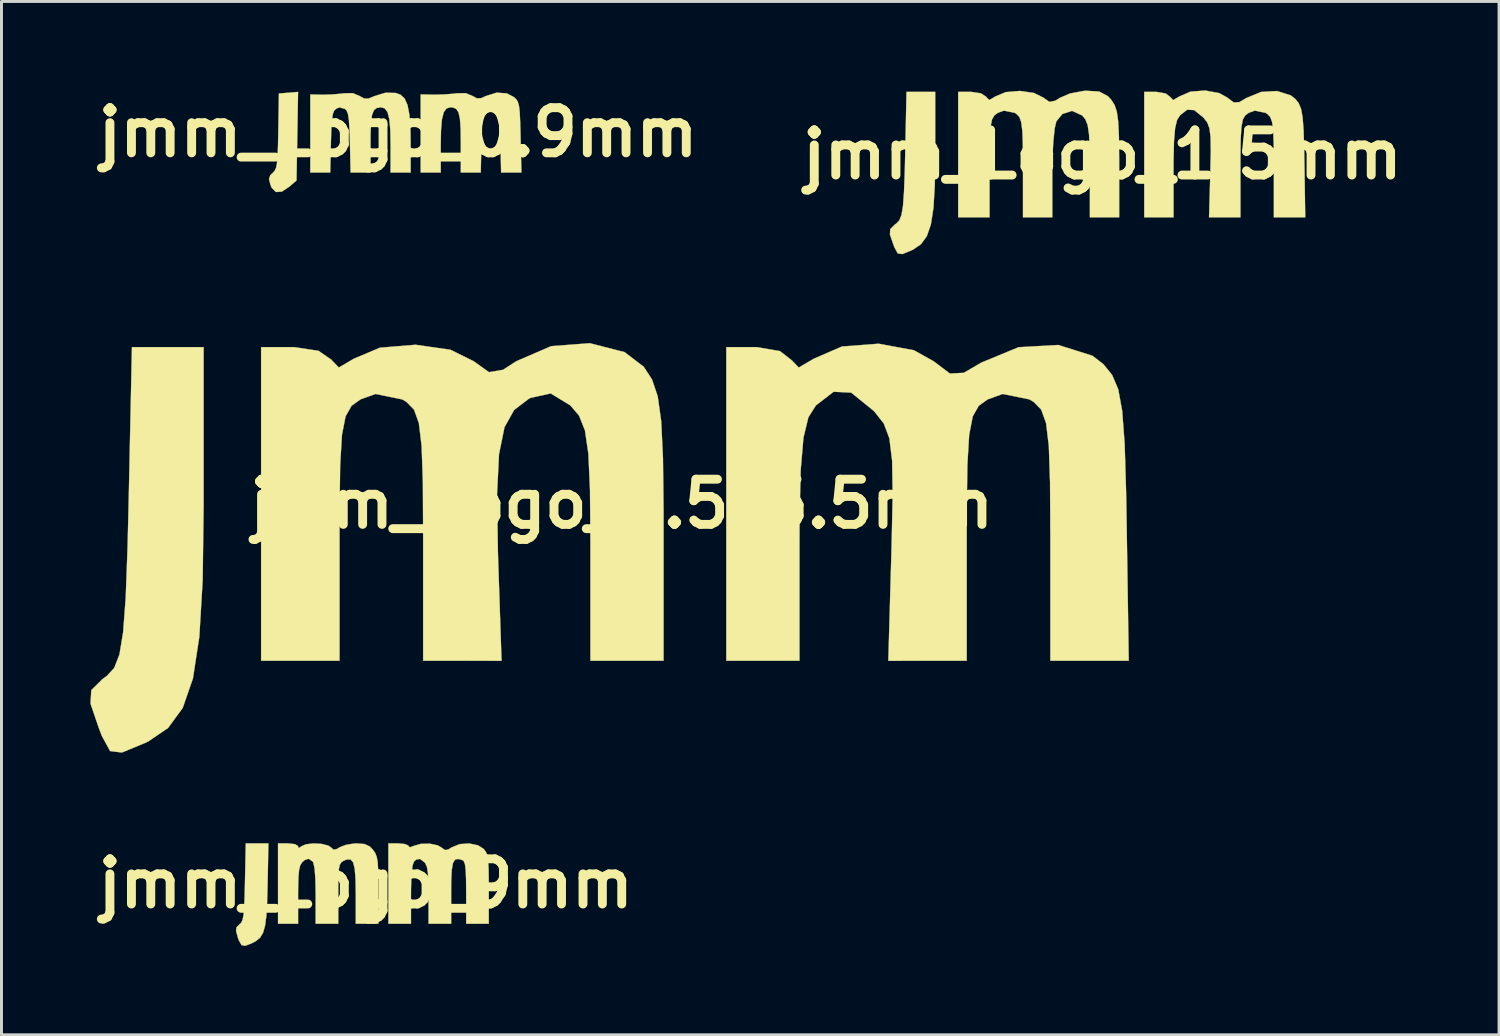
<source format=kicad_pcb>
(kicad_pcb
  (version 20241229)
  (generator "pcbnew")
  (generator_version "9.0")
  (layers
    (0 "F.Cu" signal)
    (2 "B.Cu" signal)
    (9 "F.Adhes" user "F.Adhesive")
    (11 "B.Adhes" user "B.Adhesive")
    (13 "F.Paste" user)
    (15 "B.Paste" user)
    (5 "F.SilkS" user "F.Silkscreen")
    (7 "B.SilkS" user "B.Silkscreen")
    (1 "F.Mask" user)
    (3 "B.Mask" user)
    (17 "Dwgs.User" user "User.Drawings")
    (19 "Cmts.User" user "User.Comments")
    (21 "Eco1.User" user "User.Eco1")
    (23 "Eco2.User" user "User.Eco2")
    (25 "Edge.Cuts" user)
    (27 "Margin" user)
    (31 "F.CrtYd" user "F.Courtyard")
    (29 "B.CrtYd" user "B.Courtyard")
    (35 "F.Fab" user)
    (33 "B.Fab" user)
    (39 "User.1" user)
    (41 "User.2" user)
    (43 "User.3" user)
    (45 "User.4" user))
  (footprint "jmm_Logo_1.5mm"
    (layer "F.Cu")
    (at 34.155 2.168)
    (property "Reference" "jmm_Logo_1.5mm" (at 0 0 0) (layer "F.SilkS") (effects (font (size 1.524 1.524) (thickness 0.3))))
    (attr through_hole)
    (fp_poly (pts (xy -5.644 0.014) (xy -5.657 1.025) (xy -5.702 1.792) (xy -5.789 2.356) (xy -5.927 2.754) (xy -6.125 3.025) (xy -6.393 3.207) (xy -6.434 3.226) (xy -6.747 3.356) (xy -6.907 3.336) (xy -7.018 3.133) (xy -7.059 3.025) (xy -7.171 2.696) (xy -7.161 2.514) (xy -7.009 2.364) (xy -6.95 2.32) (xy -6.852 2.215) (xy -6.781 2.034) (xy -6.731 1.734) (xy -6.697 1.269) (xy -6.671 0.596) (xy -6.657 0.012) (xy -6.612 -2.117) (xy -5.644 -2.117) (xy -5.644 0.014)) (stroke (width 0.01) (type solid)) (fill yes) (layer "F.SilkS"))
    (fp_poly (pts (xy -0.108 -2.128) (xy 0.182 -1.974) (xy 0.298 -1.849) (xy 0.41 -1.676) (xy 0.486 -1.448) (xy 0.533 -1.11) (xy 0.557 -0.609) (xy 0.564 0.108) (xy 0.564 0.298) (xy 0.564 2.117) (xy -0.423 2.117) (xy -0.423 0.516) (xy -0.429 -0.198) (xy -0.452 -0.685) (xy -0.499 -1) (xy -0.579 -1.198) (xy -0.685 -1.322) (xy -1.024 -1.477) (xy -1.352 -1.371) (xy -1.556 -1.122) (xy -1.613 -0.878) (xy -1.659 -0.425) (xy -1.687 0.166) (xy -1.693 0.626) (xy -1.693 2.117) (xy -2.681 2.117) (xy -2.681 0.428) (xy -2.685 -0.292) (xy -2.701 -0.782) (xy -2.739 -1.092) (xy -2.804 -1.273) (xy -2.906 -1.377) (xy -2.963 -1.411) (xy -3.324 -1.485) (xy -3.528 -1.411) (xy -3.648 -1.324) (xy -3.728 -1.182) (xy -3.777 -0.934) (xy -3.801 -0.528) (xy -3.809 0.087) (xy -3.81 0.428) (xy -3.81 2.117) (xy -4.868 2.117) (xy -4.868 -2.117) (xy -4.421 -2.117) (xy -4.094 -2.067) (xy -3.917 -1.946) (xy -3.915 -1.94) (xy -3.819 -1.841) (xy -3.621 -1.958) (xy -3.619 -1.96) (xy -3.264 -2.109) (xy -2.784 -2.149) (xy -2.312 -2.081) (xy -2 -1.927) (xy -1.786 -1.778) (xy -1.586 -1.82) (xy -1.439 -1.915) (xy -1.097 -2.062) (xy -0.645 -2.148) (xy -0.549 -2.155) (xy -0.108 -2.128)) (stroke (width 0.01) (type solid)) (fill yes) (layer "F.SilkS"))
    (fp_poly (pts (xy 3.944 -2.075) (xy 4.21 -1.927) (xy 4.429 -1.761) (xy 4.619 -1.77) (xy 4.853 -1.908) (xy 5.357 -2.116) (xy 5.892 -2.146) (xy 6.354 -2) (xy 6.501 -1.887) (xy 6.62 -1.741) (xy 6.702 -1.548) (xy 6.756 -1.255) (xy 6.789 -0.81) (xy 6.808 -0.161) (xy 6.816 0.258) (xy 6.844 2.117) (xy 6.315 2.117) (xy 5.786 2.117) (xy 5.786 0.428) (xy 5.782 -0.292) (xy 5.765 -0.782) (xy 5.728 -1.092) (xy 5.662 -1.273) (xy 5.56 -1.377) (xy 5.503 -1.411) (xy 5.142 -1.485) (xy 4.939 -1.411) (xy 4.819 -1.324) (xy 4.738 -1.182) (xy 4.69 -0.934) (xy 4.666 -0.528) (xy 4.657 0.087) (xy 4.657 0.428) (xy 4.657 2.117) (xy 4.128 2.117) (xy 3.598 2.117) (xy 3.642 0.573) (xy 3.657 -0.116) (xy 3.65 -0.583) (xy 3.612 -0.887) (xy 3.537 -1.086) (xy 3.415 -1.241) (xy 3.395 -1.261) (xy 3.097 -1.503) (xy 2.86 -1.515) (xy 2.621 -1.33) (xy 2.519 -1.169) (xy 2.453 -0.894) (xy 2.415 -0.455) (xy 2.4 0.198) (xy 2.399 0.504) (xy 2.399 2.117) (xy 1.411 2.117) (xy 1.411 -2.117) (xy 1.823 -2.117) (xy 2.136 -2.063) (xy 2.294 -1.94) (xy 2.389 -1.841) (xy 2.587 -1.957) (xy 2.589 -1.958) (xy 2.971 -2.125) (xy 3.467 -2.163) (xy 3.944 -2.075)) (stroke (width 0.01) (type solid)) (fill yes) (layer "F.SilkS")))
  (footprint "jmm_Logo_2.5x5.5mm"
    (layer "F.Cu")
    (at 17.933 13.957)
    (property "Reference" "jmm_Logo_2.5x5.5mm" (at 0 0 0) (layer "F.SilkS") (effects (font (size 1.524 1.524) (thickness 0.3))))
    (attr through_hole)
    (fp_poly (pts (xy -14.111 0.035) (xy -14.143 2.561) (xy -14.256 4.481) (xy -14.472 5.89) (xy -14.817 6.885) (xy -15.312 7.561) (xy -15.983 8.017) (xy -16.085 8.065) (xy -16.868 8.389) (xy -17.268 8.339) (xy -17.544 7.831) (xy -17.648 7.562) (xy -17.928 6.739) (xy -17.902 6.284) (xy -17.524 5.911) (xy -17.374 5.801) (xy -17.131 5.538) (xy -16.953 5.086) (xy -16.828 4.334) (xy -16.741 3.172) (xy -16.679 1.489) (xy -16.643 0.029) (xy -16.53 -5.292) (xy -14.111 -5.292) (xy -14.111 0.035)) (stroke (width 0.01) (type solid)) (fill yes) (layer "F.SilkS"))
    (fp_poly (pts (xy 0.096 -5.123) (xy 0.741 -4.63) (xy 1.023 -4.197) (xy 1.214 -3.63) (xy 1.331 -2.793) (xy 1.391 -1.553) (xy 1.411 0.225) (xy 1.411 0.745) (xy 1.411 5.292) (xy -1.058 5.292) (xy -1.058 1.289) (xy -1.072 -0.488) (xy -1.127 -1.7) (xy -1.243 -2.485) (xy -1.442 -2.982) (xy -1.735 -3.325) (xy -2.398 -3.73) (xy -3.078 -3.579) (xy -3.141 -3.546) (xy -3.631 -3.172) (xy -3.957 -2.591) (xy -4.142 -1.681) (xy -4.209 -0.325) (xy -4.18 1.598) (xy -4.171 1.89) (xy -4.057 5.293) (xy -5.38 5.292) (xy -6.703 5.292) (xy -6.703 1.071) (xy -6.712 -0.73) (xy -6.754 -1.954) (xy -6.847 -2.729) (xy -7.011 -3.183) (xy -7.266 -3.443) (xy -7.408 -3.528) (xy -8.31 -3.712) (xy -8.819 -3.528) (xy -9.12 -3.311) (xy -9.321 -2.956) (xy -9.442 -2.335) (xy -9.503 -1.32) (xy -9.524 0.217) (xy -9.525 1.071) (xy -9.525 5.292) (xy -12.171 5.292) (xy -12.171 -5.292) (xy -11.054 -5.292) (xy -10.235 -5.167) (xy -9.794 -4.865) (xy -9.788 -4.851) (xy -9.548 -4.604) (xy -9.052 -4.895) (xy -9.047 -4.899) (xy -8.159 -5.273) (xy -6.959 -5.372) (xy -5.78 -5.203) (xy -5 -4.818) (xy -4.481 -4.447) (xy -4.005 -4.528) (xy -3.559 -4.816) (xy -2.382 -5.325) (xy -1.076 -5.424) (xy 0.096 -5.123)) (stroke (width 0.01) (type solid)) (fill yes) (layer "F.SilkS"))
    (fp_poly (pts (xy 9.859 -5.187) (xy 10.524 -4.816) (xy 11.073 -4.401) (xy 11.546 -4.425) (xy 12.132 -4.769) (xy 13.392 -5.289) (xy 14.73 -5.365) (xy 15.886 -5.001) (xy 16.254 -4.717) (xy 16.549 -4.353) (xy 16.755 -3.87) (xy 16.889 -3.138) (xy 16.972 -2.026) (xy 17.021 -0.403) (xy 17.039 0.645) (xy 17.11 5.292) (xy 15.787 5.292) (xy 14.464 5.292) (xy 14.464 1.071) (xy 14.454 -0.73) (xy 14.413 -1.954) (xy 14.32 -2.729) (xy 14.156 -3.183) (xy 13.901 -3.443) (xy 13.758 -3.528) (xy 12.856 -3.712) (xy 12.347 -3.528) (xy 12.047 -3.311) (xy 11.846 -2.956) (xy 11.725 -2.335) (xy 11.664 -1.32) (xy 11.643 0.217) (xy 11.642 1.071) (xy 11.642 5.292) (xy 10.319 5.292) (xy 8.996 5.293) (xy 9.106 1.433) (xy 9.143 -0.29) (xy 9.125 -1.458) (xy 9.031 -2.217) (xy 8.842 -2.716) (xy 8.538 -3.103) (xy 8.488 -3.153) (xy 7.743 -3.757) (xy 7.151 -3.786) (xy 6.552 -3.326) (xy 6.298 -2.923) (xy 6.132 -2.235) (xy 6.038 -1.137) (xy 6 0.495) (xy 5.997 1.26) (xy 5.997 5.292) (xy 3.528 5.292) (xy 3.528 -5.292) (xy 4.557 -5.292) (xy 5.341 -5.157) (xy 5.734 -4.851) (xy 5.973 -4.603) (xy 6.468 -4.893) (xy 6.472 -4.896) (xy 7.427 -5.312) (xy 8.667 -5.407) (xy 9.859 -5.187)) (stroke (width 0.01) (type solid)) (fill yes) (layer "F.SilkS")))
  (footprint "jmm_Logo_9mm"
    (layer "F.Cu")
    (at 9.296 26.769)
    (property "Reference" "jmm_Logo_9mm" (at 0 0 0) (layer "F.SilkS") (effects (font (size 1.524 1.524) (thickness 0.3))))
    (attr through_hole)
    (fp_poly (pts (xy -3.316 0.064) (xy -3.332 0.656) (xy -3.359 1.103) (xy -3.403 1.431) (xy -3.47 1.663) (xy -3.569 1.824) (xy -3.705 1.938) (xy -3.858 2.019) (xy -4.072 2.1) (xy -4.196 2.075) (xy -4.283 1.919) (xy -4.323 1.806) (xy -4.38 1.594) (xy -4.362 1.472) (xy -4.266 1.379) (xy -4.204 1.319) (xy -4.159 1.222) (xy -4.128 1.063) (xy -4.107 0.815) (xy -4.091 0.451) (xy -4.079 -0.046) (xy -4.052 -1.355) (xy -3.67 -1.355) (xy -3.288 -1.355) (xy -3.316 0.064)) (stroke (width 0.01) (type solid)) (fill yes) (layer "F.SilkS"))
    (fp_poly (pts (xy 1.313 -1.335) (xy 1.431 -1.287) (xy 1.439 -1.267) (xy 1.491 -1.223) (xy 1.603 -1.267) (xy 1.854 -1.34) (xy 2.153 -1.347) (xy 2.422 -1.291) (xy 2.549 -1.219) (xy 2.673 -1.131) (xy 2.788 -1.152) (xy 2.892 -1.219) (xy 3.165 -1.331) (xy 3.486 -1.354) (xy 3.786 -1.291) (xy 3.976 -1.169) (xy 4.046 -1.08) (xy 4.094 -0.968) (xy 4.124 -0.802) (xy 4.141 -0.55) (xy 4.148 -0.184) (xy 4.149 0.185) (xy 4.149 1.355) (xy 3.387 1.355) (xy 3.387 0.305) (xy 3.383 -0.148) (xy 3.37 -0.459) (xy 3.345 -0.653) (xy 3.305 -0.757) (xy 3.26 -0.793) (xy 3.112 -0.832) (xy 3.007 -0.804) (xy 2.939 -0.687) (xy 2.9 -0.461) (xy 2.882 -0.104) (xy 2.879 0.305) (xy 2.879 1.355) (xy 2.117 1.355) (xy 2.117 0.387) (xy 2.112 -0.06) (xy 2.095 -0.367) (xy 2.061 -0.565) (xy 2.009 -0.684) (xy 1.984 -0.714) (xy 1.829 -0.832) (xy 1.702 -0.811) (xy 1.626 -0.745) (xy 1.573 -0.599) (xy 1.539 -0.286) (xy 1.525 0.193) (xy 1.524 0.356) (xy 1.524 1.355) (xy 0.762 1.355) (xy 0.762 -1.355) (xy 1.101 -1.355) (xy 1.313 -1.335)) (stroke (width 0.01) (type solid)) (fill yes) (layer "F.SilkS"))
    (fp_poly (pts (xy -2.392 -1.331) (xy -2.289 -1.268) (xy -2.286 -1.253) (xy -2.261 -1.194) (xy -2.184 -1.253) (xy -2.02 -1.326) (xy -1.766 -1.354) (xy -1.492 -1.339) (xy -1.268 -1.283) (xy -1.184 -1.226) (xy -1.088 -1.143) (xy -0.977 -1.167) (xy -0.88 -1.226) (xy -0.672 -1.307) (xy -0.392 -1.352) (xy -0.305 -1.355) (xy -0.037 -1.333) (xy 0.139 -1.248) (xy 0.248 -1.132) (xy 0.32 -1.024) (xy 0.369 -0.897) (xy 0.4 -0.717) (xy 0.416 -0.451) (xy 0.423 -0.067) (xy 0.423 0.223) (xy 0.423 1.355) (xy -0.339 1.355) (xy -0.339 0.349) (xy -0.347 -0.152) (xy -0.375 -0.502) (xy -0.429 -0.717) (xy -0.517 -0.815) (xy -0.645 -0.814) (xy -0.757 -0.765) (xy -0.831 -0.713) (xy -0.88 -0.631) (xy -0.91 -0.487) (xy -0.926 -0.252) (xy -0.931 0.107) (xy -0.931 0.342) (xy -0.931 1.355) (xy -1.693 1.355) (xy -1.693 0.356) (xy -1.703 -0.17) (xy -1.731 -0.529) (xy -1.778 -0.721) (xy -1.795 -0.745) (xy -1.931 -0.838) (xy -2.063 -0.794) (xy -2.153 -0.714) (xy -2.214 -0.617) (xy -2.254 -0.452) (xy -2.276 -0.188) (xy -2.285 0.204) (xy -2.286 0.387) (xy -2.286 1.355) (xy -2.963 1.355) (xy -2.963 -1.355) (xy -2.625 -1.355) (xy -2.392 -1.331)) (stroke (width 0.01) (type solid)) (fill yes) (layer "F.SilkS")))
  (footprint "jmm_Logo_0.9mm"
    (layer "F.Cu")
    (at 10.385 1.418)
    (property "Reference" "jmm_Logo_0.9mm" (at 0 0 0) (layer "F.SilkS") (effects (font (size 1.524 1.524) (thickness 0.3))))
    (attr through_hole)
    (fp_poly (pts (xy -3.402 0.129) (xy -3.429 1.624) (xy -3.667 1.828) (xy -3.924 1.998) (xy -4.123 2.012) (xy -4.266 1.868) (xy -4.308 1.769) (xy -4.357 1.571) (xy -4.311 1.443) (xy -4.232 1.367) (xy -4.167 1.298) (xy -4.12 1.2) (xy -4.088 1.043) (xy -4.067 0.801) (xy -4.053 0.445) (xy -4.043 -0.042) (xy -4.022 -1.312) (xy -3.376 -1.366) (xy -3.402 0.129)) (stroke (width 0.01) (type solid)) (fill yes) (layer "F.SilkS"))
    (fp_poly (pts (xy -0.076 -1.33) (xy 0.081 -1.272) (xy 0.219 -1.146) (xy 0.318 -0.924) (xy 0.382 -0.588) (xy 0.416 -0.119) (xy 0.423 0.351) (xy 0.423 1.355) (xy -0.254 1.355) (xy -0.254 0.418) (xy -0.264 -0.093) (xy -0.297 -0.454) (xy -0.358 -0.687) (xy -0.452 -0.811) (xy -0.579 -0.847) (xy -0.719 -0.825) (xy -0.818 -0.745) (xy -0.881 -0.582) (xy -0.916 -0.311) (xy -0.93 0.092) (xy -0.931 0.356) (xy -0.931 1.355) (xy -1.603 1.355) (xy -1.627 0.327) (xy -1.641 -0.119) (xy -1.661 -0.424) (xy -1.691 -0.619) (xy -1.736 -0.733) (xy -1.799 -0.795) (xy -1.982 -0.843) (xy -2.095 -0.795) (xy -2.16 -0.731) (xy -2.205 -0.615) (xy -2.235 -0.418) (xy -2.254 -0.11) (xy -2.267 0.327) (xy -2.291 1.355) (xy -2.963 1.355) (xy -2.963 -1.279) (xy -2.561 -1.271) (xy -2.235 -1.279) (xy -1.917 -1.307) (xy -1.841 -1.319) (xy -1.531 -1.325) (xy -1.305 -1.231) (xy -1.143 -1.142) (xy -1.003 -1.141) (xy -0.806 -1.221) (xy -0.425 -1.339) (xy -0.076 -1.33)) (stroke (width 0.01) (type solid)) (fill yes) (layer "F.SilkS"))
    (fp_poly (pts (xy 3.671 -1.316) (xy 3.906 -1.193) (xy 3.986 -1.12) (xy 4.042 -1.031) (xy 4.079 -0.897) (xy 4.104 -0.688) (xy 4.119 -0.373) (xy 4.132 0.077) (xy 4.134 0.162) (xy 4.161 1.355) (xy 3.477 1.355) (xy 3.453 0.327) (xy 3.439 -0.119) (xy 3.419 -0.424) (xy 3.389 -0.619) (xy 3.344 -0.733) (xy 3.281 -0.795) (xy 3.098 -0.843) (xy 2.985 -0.795) (xy 2.92 -0.731) (xy 2.875 -0.615) (xy 2.845 -0.418) (xy 2.826 -0.11) (xy 2.813 0.327) (xy 2.789 1.355) (xy 2.117 1.355) (xy 2.117 0.356) (xy 2.11 -0.124) (xy 2.087 -0.459) (xy 2.039 -0.674) (xy 1.96 -0.794) (xy 1.841 -0.842) (xy 1.764 -0.847) (xy 1.633 -0.808) (xy 1.54 -0.68) (xy 1.48 -0.442) (xy 1.448 -0.075) (xy 1.439 0.418) (xy 1.439 1.355) (xy 0.762 1.355) (xy 0.762 -1.28) (xy 1.206 -1.272) (xy 1.538 -1.279) (xy 1.859 -1.304) (xy 1.969 -1.319) (xy 2.284 -1.324) (xy 2.498 -1.235) (xy 2.663 -1.148) (xy 2.806 -1.156) (xy 2.959 -1.226) (xy 3.325 -1.341) (xy 3.671 -1.316)) (stroke (width 0.01) (type solid)) (fill yes) (layer "F.SilkS")))
  (gr_rect
    (start -3 -3)
    (end 47.54 31.874)
    (stroke (width 0.1) (type default))
    (fill no)
    (layer "Edge.Cuts")))
</source>
